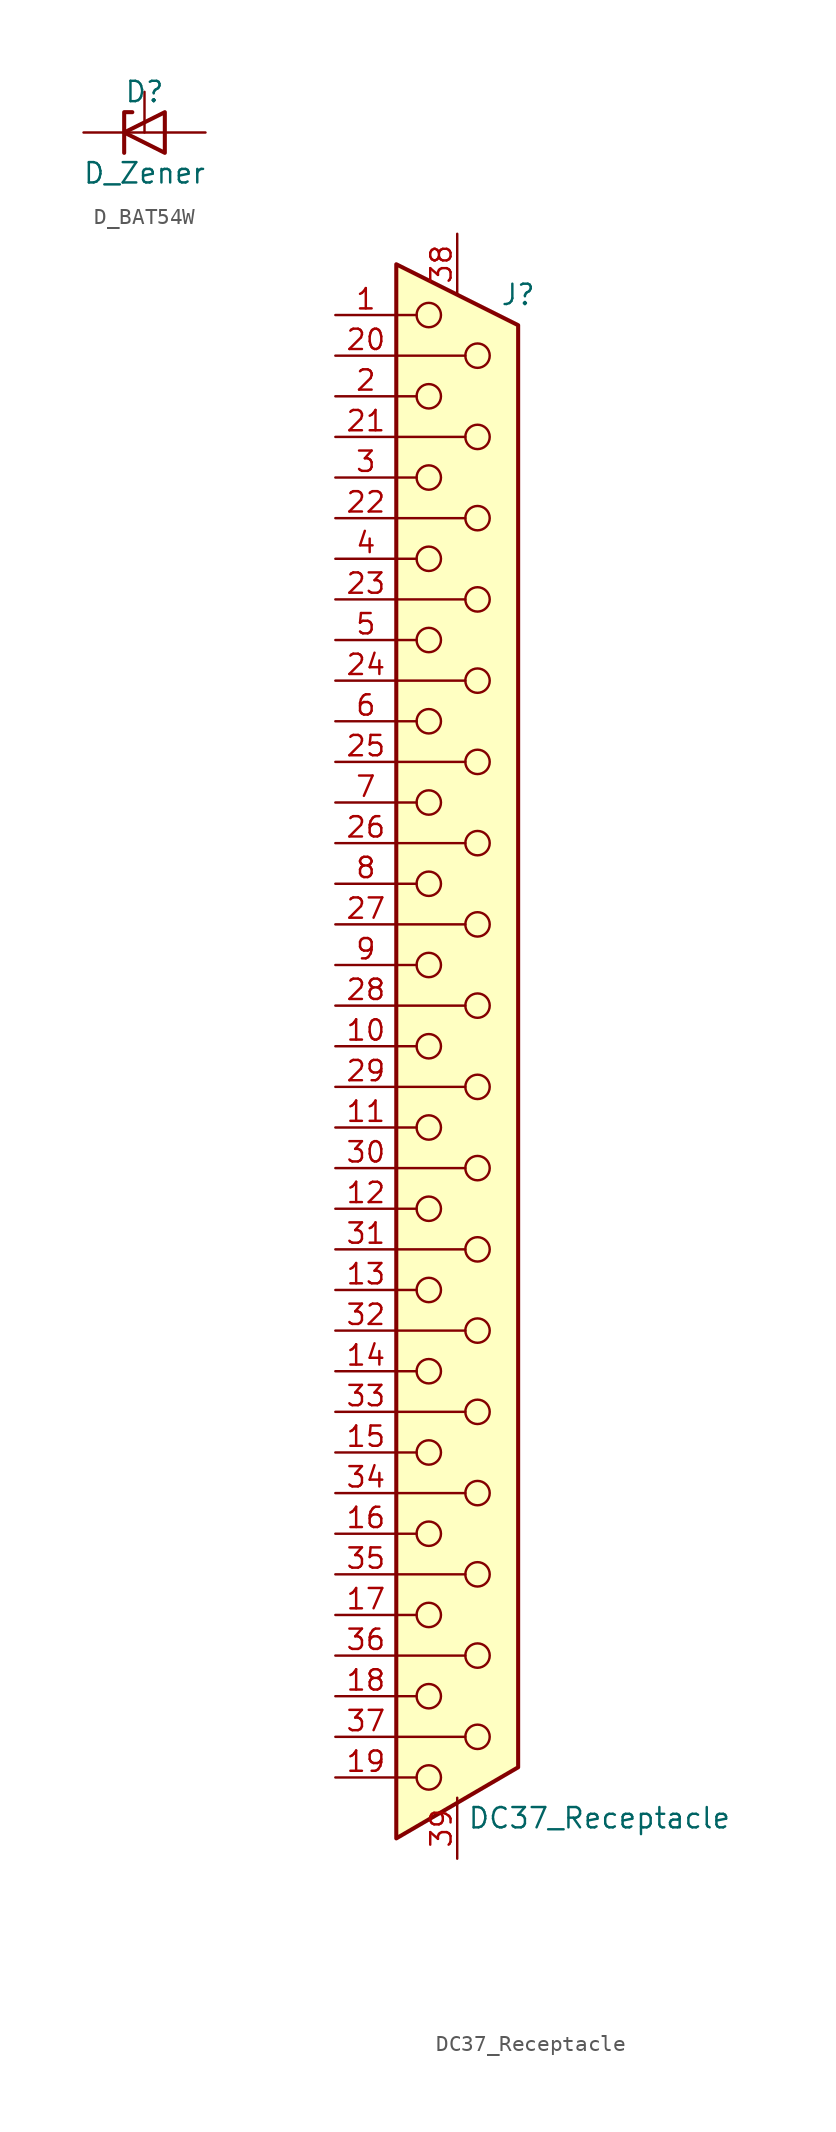
<source format=kicad_sym>
(kicad_symbol_lib
  (version 20241209)
  (generator "kicad_symbol_editor")
  (generator_version "9.0")
  (symbol "D_BAT54W"
    (pin_numbers
      (hide yes))
    (pin_names
      (offset 1.016)
      (hide yes))
    (property "Reference" "D"
      (at 0 2.54 0)
      (effects (font (size 1.27 1.27))))
    (property "Value" "D_Zener"
      (at 0 -2.54 0)
      (effects (font (size 1.27 1.27))))
    (symbol "D_BAT54W_0_1"
      (polyline (pts (xy -1.27 -1.27) (xy -1.27 1.27) (xy -0.762 1.27)) (stroke (width 0.254) (type default)) (fill (type none)))
      (polyline (pts (xy 1.27 0) (xy -1.27 0)) (stroke (width 0) (type default)) (fill (type none)))
      (polyline (pts (xy 1.27 -1.27) (xy 1.27 1.27) (xy -1.27 0) (xy 1.27 -1.27)) (stroke (width 0.254) (type default)) (fill (type none))))
    (symbol "D_BAT54W_1_1"
      (pin passive line (at -3.81 0 0) (length 2.54) (name "K" (effects (font (size 1.27 1.27)))) (number "3" (effects (font (size 1.27 1.27)))))
      (pin passive line (at 0 2.54 270) (length 2.54) (name "A" (effects (font (size 1.27 1.27)))) (number "2" (effects (font (size 1.27 1.27)))))
      (pin passive line (at 3.81 0 180) (length 2.54) (name "A" (effects (font (size 1.27 1.27)))) (number "1" (effects (font (size 1.27 1.27)))))))
  (symbol "DC37_Receptacle"
    (pin_names
      (offset 1.016)
      (hide yes))
    (property "Reference" "J"
      (at 3.81 46.99 0)
      (effects (font (size 1.27 1.27))))
    (property "Value" "DC37_Receptacle"
      (at 8.89 -48.26 0)
      (effects (font (size 1.27 1.27))))
    (symbol "DC37_Receptacle_0_1"
      (polyline (pts (xy -3.81 45.72) (xy -2.54 45.72)) (stroke (width 0) (type default)) (fill (type none)))
      (polyline (pts (xy -3.81 43.18) (xy 0.508 43.18)) (stroke (width 0) (type default)) (fill (type none)))
      (polyline (pts (xy -3.81 40.64) (xy -2.54 40.64)) (stroke (width 0) (type default)) (fill (type none)))
      (polyline (pts (xy -3.81 38.1) (xy 0.508 38.1)) (stroke (width 0) (type default)) (fill (type none)))
      (polyline (pts (xy -3.81 35.56) (xy -2.54 35.56)) (stroke (width 0) (type default)) (fill (type none)))
      (polyline (pts (xy -3.81 33.02) (xy 0.508 33.02)) (stroke (width 0) (type default)) (fill (type none)))
      (polyline (pts (xy -3.81 30.48) (xy -2.54 30.48)) (stroke (width 0) (type default)) (fill (type none)))
      (polyline (pts (xy -3.81 27.94) (xy 0.508 27.94)) (stroke (width 0) (type default)) (fill (type none)))
      (polyline (pts (xy -3.81 25.4) (xy -2.54 25.4)) (stroke (width 0) (type default)) (fill (type none)))
      (polyline (pts (xy -3.81 22.86) (xy 0.508 22.86)) (stroke (width 0) (type default)) (fill (type none)))
      (polyline (pts (xy -3.81 20.32) (xy -2.54 20.32)) (stroke (width 0) (type default)) (fill (type none)))
      (polyline (pts (xy -3.81 17.78) (xy 0.508 17.78)) (stroke (width 0) (type default)) (fill (type none)))
      (polyline (pts (xy -3.81 15.24) (xy -2.54 15.24)) (stroke (width 0) (type default)) (fill (type none)))
      (polyline (pts (xy -3.81 12.7) (xy 0.508 12.7)) (stroke (width 0) (type default)) (fill (type none)))
      (polyline (pts (xy -3.81 10.16) (xy -2.54 10.16)) (stroke (width 0) (type default)) (fill (type none)))
      (polyline (pts (xy -3.81 7.62) (xy 0.508 7.62)) (stroke (width 0) (type default)) (fill (type none)))
      (polyline (pts (xy -3.81 5.08) (xy -2.54 5.08)) (stroke (width 0) (type default)) (fill (type none)))
      (polyline (pts (xy -3.81 2.54) (xy 0.508 2.54)) (stroke (width 0) (type default)) (fill (type none)))
      (polyline (pts (xy -3.81 0) (xy -2.54 0)) (stroke (width 0) (type default)) (fill (type none)))
      (polyline (pts (xy -3.81 -2.54) (xy 0.508 -2.54)) (stroke (width 0) (type default)) (fill (type none)))
      (polyline (pts (xy -3.81 -5.08) (xy -2.54 -5.08)) (stroke (width 0) (type default)) (fill (type none)))
      (polyline (pts (xy -3.81 -7.62) (xy 0.508 -7.62)) (stroke (width 0) (type default)) (fill (type none)))
      (polyline (pts (xy -3.81 -10.16) (xy -2.54 -10.16)) (stroke (width 0) (type default)) (fill (type none)))
      (polyline (pts (xy -3.81 -12.7) (xy 0.508 -12.7)) (stroke (width 0) (type default)) (fill (type none)))
      (polyline (pts (xy -3.81 -15.24) (xy -2.54 -15.24)) (stroke (width 0) (type default)) (fill (type none)))
      (polyline (pts (xy -3.81 -17.78) (xy 0.508 -17.78)) (stroke (width 0) (type default)) (fill (type none)))
      (polyline (pts (xy -3.81 -20.32) (xy -2.54 -20.32)) (stroke (width 0) (type default)) (fill (type none)))
      (polyline (pts (xy -3.81 -22.86) (xy 0.508 -22.86)) (stroke (width 0) (type default)) (fill (type none)))
      (polyline (pts (xy -3.81 -25.4) (xy -2.54 -25.4)) (stroke (width 0) (type default)) (fill (type none)))
      (polyline (pts (xy -3.81 -27.94) (xy 0.508 -27.94)) (stroke (width 0) (type default)) (fill (type none)))
      (polyline (pts (xy -3.81 -30.48) (xy -2.54 -30.48)) (stroke (width 0) (type default)) (fill (type none)))
      (polyline (pts (xy -3.81 -33.02) (xy 0.508 -33.02)) (stroke (width 0) (type default)) (fill (type none)))
      (polyline (pts (xy -3.81 -35.56) (xy -2.54 -35.56)) (stroke (width 0) (type default)) (fill (type none)))
      (polyline (pts (xy -3.81 -38.1) (xy 0.508 -38.1)) (stroke (width 0) (type default)) (fill (type none)))
      (polyline (pts (xy -3.81 -40.64) (xy -2.54 -40.64)) (stroke (width 0) (type default)) (fill (type none)))
      (polyline (pts (xy -3.81 -43.18) (xy 0.508 -43.18)) (stroke (width 0) (type default)) (fill (type none)))
      (polyline (pts (xy -3.81 -45.72) (xy -2.54 -45.72)) (stroke (width 0) (type default)) (fill (type none)))
      (polyline (pts (xy -3.81 -49.53) (xy 3.81 -45.085) (xy 3.81 45.085) (xy -3.81 48.895) (xy -3.81 -49.53)) (stroke (width 0.254) (type default)) (fill (type background)))
      (circle (center -1.778 45.72) (radius 0.762) (stroke (width 0) (type default)) (fill (type none)))
      (circle (center -1.778 40.64) (radius 0.762) (stroke (width 0) (type default)) (fill (type none)))
      (circle (center -1.778 35.56) (radius 0.762) (stroke (width 0) (type default)) (fill (type none)))
      (circle (center -1.778 30.48) (radius 0.762) (stroke (width 0) (type default)) (fill (type none)))
      (circle (center -1.778 25.4) (radius 0.762) (stroke (width 0) (type default)) (fill (type none)))
      (circle (center -1.778 20.32) (radius 0.762) (stroke (width 0) (type default)) (fill (type none)))
      (circle (center -1.778 15.24) (radius 0.762) (stroke (width 0) (type default)) (fill (type none)))
      (circle (center -1.778 10.16) (radius 0.762) (stroke (width 0) (type default)) (fill (type none)))
      (circle (center -1.778 5.08) (radius 0.762) (stroke (width 0) (type default)) (fill (type none)))
      (circle (center -1.778 0) (radius 0.762) (stroke (width 0) (type default)) (fill (type none)))
      (circle (center -1.778 -5.08) (radius 0.762) (stroke (width 0) (type default)) (fill (type none)))
      (circle (center -1.778 -10.16) (radius 0.762) (stroke (width 0) (type default)) (fill (type none)))
      (circle (center -1.778 -15.24) (radius 0.762) (stroke (width 0) (type default)) (fill (type none)))
      (circle (center -1.778 -20.32) (radius 0.762) (stroke (width 0) (type default)) (fill (type none)))
      (circle (center -1.778 -25.4) (radius 0.762) (stroke (width 0) (type default)) (fill (type none)))
      (circle (center -1.778 -30.48) (radius 0.762) (stroke (width 0) (type default)) (fill (type none)))
      (circle (center -1.778 -35.56) (radius 0.762) (stroke (width 0) (type default)) (fill (type none)))
      (circle (center -1.778 -40.64) (radius 0.762) (stroke (width 0) (type default)) (fill (type none)))
      (circle (center -1.778 -45.72) (radius 0.762) (stroke (width 0) (type default)) (fill (type none)))
      (circle (center 1.27 43.18) (radius 0.762) (stroke (width 0) (type default)) (fill (type none)))
      (circle (center 1.27 38.1) (radius 0.762) (stroke (width 0) (type default)) (fill (type none)))
      (circle (center 1.27 33.02) (radius 0.762) (stroke (width 0) (type default)) (fill (type none)))
      (circle (center 1.27 27.94) (radius 0.762) (stroke (width 0) (type default)) (fill (type none)))
      (circle (center 1.27 22.86) (radius 0.762) (stroke (width 0) (type default)) (fill (type none)))
      (circle (center 1.27 17.78) (radius 0.762) (stroke (width 0) (type default)) (fill (type none)))
      (circle (center 1.27 12.7) (radius 0.762) (stroke (width 0) (type default)) (fill (type none)))
      (circle (center 1.27 7.62) (radius 0.762) (stroke (width 0) (type default)) (fill (type none)))
      (circle (center 1.27 2.54) (radius 0.762) (stroke (width 0) (type default)) (fill (type none)))
      (circle (center 1.27 -2.54) (radius 0.762) (stroke (width 0) (type default)) (fill (type none)))
      (circle (center 1.27 -7.62) (radius 0.762) (stroke (width 0) (type default)) (fill (type none)))
      (circle (center 1.27 -12.7) (radius 0.762) (stroke (width 0) (type default)) (fill (type none)))
      (circle (center 1.27 -17.78) (radius 0.762) (stroke (width 0) (type default)) (fill (type none)))
      (circle (center 1.27 -22.86) (radius 0.762) (stroke (width 0) (type default)) (fill (type none)))
      (circle (center 1.27 -27.94) (radius 0.762) (stroke (width 0) (type default)) (fill (type none)))
      (circle (center 1.27 -33.02) (radius 0.762) (stroke (width 0) (type default)) (fill (type none)))
      (circle (center 1.27 -38.1) (radius 0.762) (stroke (width 0) (type default)) (fill (type none)))
      (circle (center 1.27 -43.18) (radius 0.762) (stroke (width 0) (type default)) (fill (type none))))
    (symbol "DC37_Receptacle_1_1"
      (pin passive line (at -7.62 45.72 0) (length 3.81) (name "1" (effects (font (size 1.27 1.27)))) (number "1" (effects (font (size 1.27 1.27)))))
      (pin passive line (at -7.62 43.18 0) (length 3.81) (name "20" (effects (font (size 1.27 1.27)))) (number "20" (effects (font (size 1.27 1.27)))))
      (pin passive line (at -7.62 40.64 0) (length 3.81) (name "2" (effects (font (size 1.27 1.27)))) (number "2" (effects (font (size 1.27 1.27)))))
      (pin passive line (at -7.62 38.1 0) (length 3.81) (name "21" (effects (font (size 1.27 1.27)))) (number "21" (effects (font (size 1.27 1.27)))))
      (pin passive line (at -7.62 35.56 0) (length 3.81) (name "3" (effects (font (size 1.27 1.27)))) (number "3" (effects (font (size 1.27 1.27)))))
      (pin passive line (at -7.62 33.02 0) (length 3.81) (name "22" (effects (font (size 1.27 1.27)))) (number "22" (effects (font (size 1.27 1.27)))))
      (pin passive line (at -7.62 30.48 0) (length 3.81) (name "4" (effects (font (size 1.27 1.27)))) (number "4" (effects (font (size 1.27 1.27)))))
      (pin passive line (at -7.62 27.94 0) (length 3.81) (name "23" (effects (font (size 1.27 1.27)))) (number "23" (effects (font (size 1.27 1.27)))))
      (pin passive line (at -7.62 25.4 0) (length 3.81) (name "5" (effects (font (size 1.27 1.27)))) (number "5" (effects (font (size 1.27 1.27)))))
      (pin passive line (at -7.62 22.86 0) (length 3.81) (name "24" (effects (font (size 1.27 1.27)))) (number "24" (effects (font (size 1.27 1.27)))))
      (pin passive line (at -7.62 20.32 0) (length 3.81) (name "6" (effects (font (size 1.27 1.27)))) (number "6" (effects (font (size 1.27 1.27)))))
      (pin passive line (at -7.62 17.78 0) (length 3.81) (name "25" (effects (font (size 1.27 1.27)))) (number "25" (effects (font (size 1.27 1.27)))))
      (pin passive line (at -7.62 15.24 0) (length 3.81) (name "7" (effects (font (size 1.27 1.27)))) (number "7" (effects (font (size 1.27 1.27)))))
      (pin passive line (at -7.62 12.7 0) (length 3.81) (name "26" (effects (font (size 1.27 1.27)))) (number "26" (effects (font (size 1.27 1.27)))))
      (pin passive line (at -7.62 10.16 0) (length 3.81) (name "8" (effects (font (size 1.27 1.27)))) (number "8" (effects (font (size 1.27 1.27)))))
      (pin passive line (at -7.62 7.62 0) (length 3.81) (name "27" (effects (font (size 1.27 1.27)))) (number "27" (effects (font (size 1.27 1.27)))))
      (pin passive line (at -7.62 5.08 0) (length 3.81) (name "9" (effects (font (size 1.27 1.27)))) (number "9" (effects (font (size 1.27 1.27)))))
      (pin passive line (at -7.62 2.54 0) (length 3.81) (name "28" (effects (font (size 1.27 1.27)))) (number "28" (effects (font (size 1.27 1.27)))))
      (pin passive line (at -7.62 0 0) (length 3.81) (name "10" (effects (font (size 1.27 1.27)))) (number "10" (effects (font (size 1.27 1.27)))))
      (pin passive line (at -7.62 -2.54 0) (length 3.81) (name "29" (effects (font (size 1.27 1.27)))) (number "29" (effects (font (size 1.27 1.27)))))
      (pin passive line (at -7.62 -5.08 0) (length 3.81) (name "11" (effects (font (size 1.27 1.27)))) (number "11" (effects (font (size 1.27 1.27)))))
      (pin passive line (at -7.62 -7.62 0) (length 3.81) (name "30" (effects (font (size 1.27 1.27)))) (number "30" (effects (font (size 1.27 1.27)))))
      (pin passive line (at -7.62 -10.16 0) (length 3.81) (name "12" (effects (font (size 1.27 1.27)))) (number "12" (effects (font (size 1.27 1.27)))))
      (pin passive line (at -7.62 -12.7 0) (length 3.81) (name "31" (effects (font (size 1.27 1.27)))) (number "31" (effects (font (size 1.27 1.27)))))
      (pin passive line (at -7.62 -15.24 0) (length 3.81) (name "13" (effects (font (size 1.27 1.27)))) (number "13" (effects (font (size 1.27 1.27)))))
      (pin passive line (at -7.62 -17.78 0) (length 3.81) (name "32" (effects (font (size 1.27 1.27)))) (number "32" (effects (font (size 1.27 1.27)))))
      (pin passive line (at -7.62 -20.32 0) (length 3.81) (name "14" (effects (font (size 1.27 1.27)))) (number "14" (effects (font (size 1.27 1.27)))))
      (pin passive line (at -7.62 -22.86 0) (length 3.81) (name "33" (effects (font (size 1.27 1.27)))) (number "33" (effects (font (size 1.27 1.27)))))
      (pin passive line (at -7.62 -25.4 0) (length 3.81) (name "15" (effects (font (size 1.27 1.27)))) (number "15" (effects (font (size 1.27 1.27)))))
      (pin passive line (at -7.62 -27.94 0) (length 3.81) (name "34" (effects (font (size 1.27 1.27)))) (number "34" (effects (font (size 1.27 1.27)))))
      (pin passive line (at -7.62 -30.48 0) (length 3.81) (name "16" (effects (font (size 1.27 1.27)))) (number "16" (effects (font (size 1.27 1.27)))))
      (pin passive line (at -7.62 -33.02 0) (length 3.81) (name "35" (effects (font (size 1.27 1.27)))) (number "35" (effects (font (size 1.27 1.27)))))
      (pin passive line (at -7.62 -35.56 0) (length 3.81) (name "17" (effects (font (size 1.27 1.27)))) (number "17" (effects (font (size 1.27 1.27)))))
      (pin passive line (at -7.62 -38.1 0) (length 3.81) (name "36" (effects (font (size 1.27 1.27)))) (number "36" (effects (font (size 1.27 1.27)))))
      (pin passive line (at -7.62 -40.64 0) (length 3.81) (name "18" (effects (font (size 1.27 1.27)))) (number "18" (effects (font (size 1.27 1.27)))))
      (pin passive line (at -7.62 -43.18 0) (length 3.81) (name "37" (effects (font (size 1.27 1.27)))) (number "37" (effects (font (size 1.27 1.27)))))
      (pin passive line (at -7.62 -45.72 0) (length 3.81) (name "19" (effects (font (size 1.27 1.27)))) (number "19" (effects (font (size 1.27 1.27)))))
      (pin passive line (at 0 50.8 270) (length 3.81) (name "38" (effects (font (size 1.27 1.27)))) (number "38" (effects (font (size 1.27 1.27)))))
      (pin passive line (at 0 -50.8 90) (length 3.81) (name "39" (effects (font (size 1.27 1.27)))) (number "39" (effects (font (size 1.27 1.27))))))))
</source>
